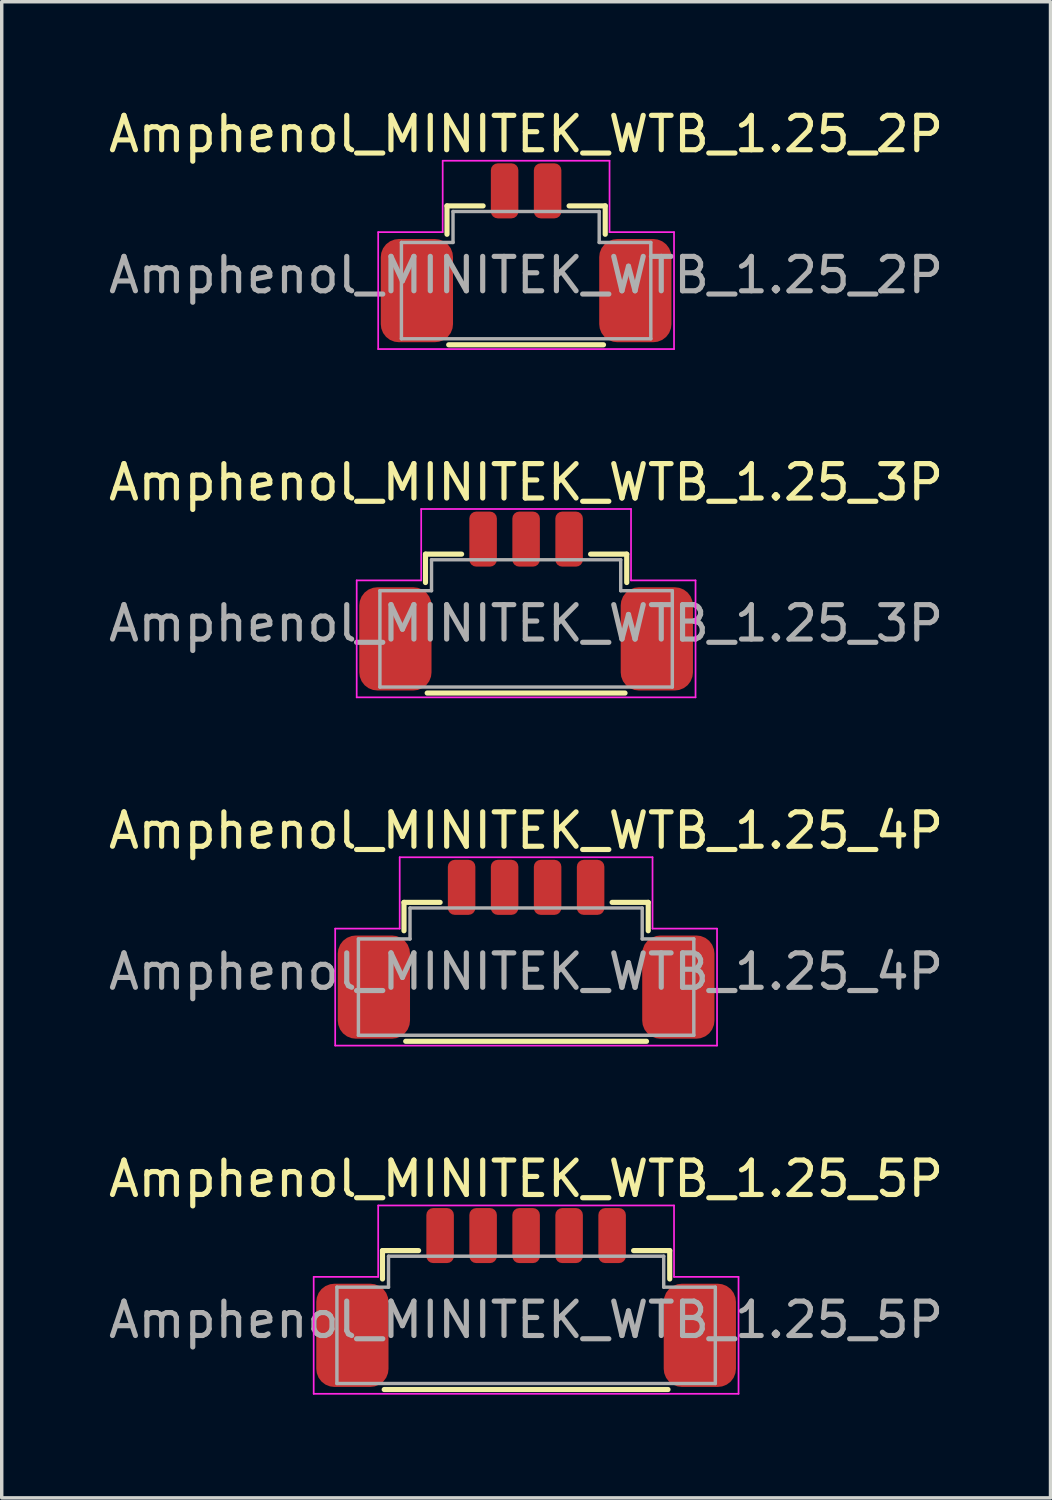
<source format=kicad_pcb>
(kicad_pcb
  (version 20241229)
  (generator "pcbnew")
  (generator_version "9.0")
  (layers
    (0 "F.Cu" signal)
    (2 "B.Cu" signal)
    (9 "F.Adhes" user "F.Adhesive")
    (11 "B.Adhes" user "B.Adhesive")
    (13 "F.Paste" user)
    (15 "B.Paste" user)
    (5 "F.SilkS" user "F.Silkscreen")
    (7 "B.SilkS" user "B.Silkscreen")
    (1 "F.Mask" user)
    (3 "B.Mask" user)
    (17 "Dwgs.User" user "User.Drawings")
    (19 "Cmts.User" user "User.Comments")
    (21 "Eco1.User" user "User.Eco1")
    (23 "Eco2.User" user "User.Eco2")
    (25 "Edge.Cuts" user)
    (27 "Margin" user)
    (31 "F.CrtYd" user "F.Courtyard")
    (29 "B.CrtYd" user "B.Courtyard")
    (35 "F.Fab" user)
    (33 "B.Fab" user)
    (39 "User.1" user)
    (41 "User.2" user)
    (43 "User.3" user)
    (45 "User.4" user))
  (footprint "Amphenol_MINITEK_WTB_1.25_3P"
    (layer "F.Cu")
    (at 12.244 15.072)
    (property "Reference" "Amphenol_MINITEK_WTB_1.25_3P" (at 0 -4.1 0) (layer "F.SilkS") (effects (font (size 1 1) (thickness 0.15))))
    (attr smd)
    (fp_line (start -2.925 -2.013) (end -2.925 -1.188) (stroke (width 0.15) (type default)) (layer "F.SilkS"))
    (fp_line (start -2.875 2.025) (end 2.875 2.025) (stroke (width 0.15) (type default)) (layer "F.SilkS"))
    (fp_line (start -1.875 -2.013) (end -2.925 -2.013) (stroke (width 0.15) (type default)) (layer "F.SilkS"))
    (fp_line (start 1.875 -2.013) (end 2.925 -2.013) (stroke (width 0.15) (type default)) (layer "F.SilkS"))
    (fp_line (start 2.925 -2.013) (end 2.925 -1.188) (stroke (width 0.15) (type default)) (layer "F.SilkS"))
    (fp_line (start -4.925 -1.25) (end -3.05 -1.25) (stroke (width 0.05) (type default)) (layer "F.CrtYd"))
    (fp_line (start -4.925 2.15) (end -4.925 -1.25) (stroke (width 0.05) (type default)) (layer "F.CrtYd"))
    (fp_line (start -4.925 2.15) (end 4.925 2.15) (stroke (width 0.05) (type default)) (layer "F.CrtYd"))
    (fp_line (start -3.05 -3.325) (end -3.05 -1.25) (stroke (width 0.05) (type default)) (layer "F.CrtYd"))
    (fp_line (start 3.05 -3.325) (end -3.05 -3.325) (stroke (width 0.05) (type default)) (layer "F.CrtYd"))
    (fp_line (start 3.05 -1.25) (end 3.05 -3.325) (stroke (width 0.05) (type default)) (layer "F.CrtYd"))
    (fp_line (start 4.925 -1.25) (end 3.05 -1.25) (stroke (width 0.05) (type default)) (layer "F.CrtYd"))
    (fp_line (start 4.925 2.15) (end 4.925 -1.25) (stroke (width 0.05) (type default)) (layer "F.CrtYd"))
    (fp_line (start -4.25 -0.95) (end -2.75 -0.95) (stroke (width 0.1) (type default)) (layer "F.Fab"))
    (fp_line (start -4.25 1.85) (end -4.25 -0.95) (stroke (width 0.1) (type default)) (layer "F.Fab"))
    (fp_line (start -4.25 1.85) (end 4.25 1.85) (stroke (width 0.1) (type default)) (layer "F.Fab"))
    (fp_line (start -2.75 -1.85) (end 2.75 -1.85) (stroke (width 0.1) (type default)) (layer "F.Fab"))
    (fp_line (start -2.75 -0.95) (end -2.75 -1.85) (stroke (width 0.1) (type default)) (layer "F.Fab"))
    (fp_line (start 2.75 -1.85) (end 2.75 -0.95) (stroke (width 0.1) (type default)) (layer "F.Fab"))
    (fp_line (start 2.75 -0.95) (end 4.25 -0.95) (stroke (width 0.1) (type default)) (layer "F.Fab"))
    (fp_line (start 4.25 1.85) (end 4.25 -0.95) (stroke (width 0.1) (type default)) (layer "F.Fab"))
    (fp_text user "${REFERENCE}" (at 0 0 0) (layer "F.Fab") (effects (font (size 1 1) (thickness 0.15))))
    (pad "1" smd roundrect (at 1.25 -2.45) (size 0.8 1.6) (layers "F.Cu" "F.Mask" "F.Paste") (roundrect_rratio 0.25))
    (pad "2" smd roundrect (at 0 -2.45) (size 0.8 1.6) (layers "F.Cu" "F.Mask" "F.Paste") (roundrect_rratio 0.25))
    (pad "3" smd roundrect (at -1.25 -2.45) (size 0.8 1.6) (layers "F.Cu" "F.Mask" "F.Paste") (roundrect_rratio 0.25))
    (pad "M" smd roundrect (at -3.8 0.45) (size 2.1 3) (layers "F.Cu" "F.Mask" "F.Paste") (roundrect_rratio 0.25))
    (pad "M" smd roundrect (at 3.8 0.45) (size 2.1 3) (layers "F.Cu" "F.Mask" "F.Paste") (roundrect_rratio 0.25)))
  (footprint "Amphenol_MINITEK_WTB_1.25_4P"
    (layer "F.Cu")
    (at 12.244 25.195)
    (property "Reference" "Amphenol_MINITEK_WTB_1.25_4P" (at 0 -4.1 0) (layer "F.SilkS") (effects (font (size 1 1) (thickness 0.15))))
    (attr smd)
    (fp_line (start -3.55 -2.013) (end -3.55 -1.188) (stroke (width 0.15) (type default)) (layer "F.SilkS"))
    (fp_line (start -3.5 2.025) (end 3.5 2.025) (stroke (width 0.15) (type default)) (layer "F.SilkS"))
    (fp_line (start -2.5 -2.013) (end -3.55 -2.013) (stroke (width 0.15) (type default)) (layer "F.SilkS"))
    (fp_line (start 2.5 -2.013) (end 3.55 -2.013) (stroke (width 0.15) (type default)) (layer "F.SilkS"))
    (fp_line (start 3.55 -2.013) (end 3.55 -1.188) (stroke (width 0.15) (type default)) (layer "F.SilkS"))
    (fp_line (start -5.55 -1.25) (end -3.675 -1.25) (stroke (width 0.05) (type default)) (layer "F.CrtYd"))
    (fp_line (start -5.55 2.15) (end -5.55 -1.25) (stroke (width 0.05) (type default)) (layer "F.CrtYd"))
    (fp_line (start -5.55 2.15) (end 5.55 2.15) (stroke (width 0.05) (type default)) (layer "F.CrtYd"))
    (fp_line (start -3.675 -3.325) (end -3.675 -1.25) (stroke (width 0.05) (type default)) (layer "F.CrtYd"))
    (fp_line (start 3.675 -3.325) (end -3.675 -3.325) (stroke (width 0.05) (type default)) (layer "F.CrtYd"))
    (fp_line (start 3.675 -1.25) (end 3.675 -3.325) (stroke (width 0.05) (type default)) (layer "F.CrtYd"))
    (fp_line (start 5.55 -1.25) (end 3.675 -1.25) (stroke (width 0.05) (type default)) (layer "F.CrtYd"))
    (fp_line (start 5.55 2.15) (end 5.55 -1.25) (stroke (width 0.05) (type default)) (layer "F.CrtYd"))
    (fp_line (start -4.875 -0.95) (end -3.375 -0.95) (stroke (width 0.1) (type default)) (layer "F.Fab"))
    (fp_line (start -4.875 1.85) (end -4.875 -0.95) (stroke (width 0.1) (type default)) (layer "F.Fab"))
    (fp_line (start -4.875 1.85) (end 4.875 1.85) (stroke (width 0.1) (type default)) (layer "F.Fab"))
    (fp_line (start -3.375 -1.85) (end 3.375 -1.85) (stroke (width 0.1) (type default)) (layer "F.Fab"))
    (fp_line (start -3.375 -0.95) (end -3.375 -1.85) (stroke (width 0.1) (type default)) (layer "F.Fab"))
    (fp_line (start 3.375 -1.85) (end 3.375 -0.95) (stroke (width 0.1) (type default)) (layer "F.Fab"))
    (fp_line (start 3.375 -0.95) (end 4.875 -0.95) (stroke (width 0.1) (type default)) (layer "F.Fab"))
    (fp_line (start 4.875 1.85) (end 4.875 -0.95) (stroke (width 0.1) (type default)) (layer "F.Fab"))
    (fp_text user "${REFERENCE}" (at 0 0 0) (layer "F.Fab") (effects (font (size 1 1) (thickness 0.15))))
    (pad "1" smd roundrect (at 1.875 -2.45) (size 0.8 1.6) (layers "F.Cu" "F.Mask" "F.Paste") (roundrect_rratio 0.25))
    (pad "2" smd roundrect (at 0.625 -2.45) (size 0.8 1.6) (layers "F.Cu" "F.Mask" "F.Paste") (roundrect_rratio 0.25))
    (pad "3" smd roundrect (at -0.625 -2.45) (size 0.8 1.6) (layers "F.Cu" "F.Mask" "F.Paste") (roundrect_rratio 0.25))
    (pad "4" smd roundrect (at -1.875 -2.45) (size 0.8 1.6) (layers "F.Cu" "F.Mask" "F.Paste") (roundrect_rratio 0.25))
    (pad "M" smd roundrect (at -4.425 0.45) (size 2.1 3) (layers "F.Cu" "F.Mask" "F.Paste") (roundrect_rratio 0.25))
    (pad "M" smd roundrect (at 4.425 0.45) (size 2.1 3) (layers "F.Cu" "F.Mask" "F.Paste") (roundrect_rratio 0.25)))
  (footprint "Amphenol_MINITEK_WTB_1.25_5P"
    (layer "F.Cu")
    (at 12.244 35.318)
    (property "Reference" "Amphenol_MINITEK_WTB_1.25_5P" (at 0 -4.1 0) (layer "F.SilkS") (effects (font (size 1 1) (thickness 0.15))))
    (attr smd)
    (fp_line (start -4.175 -2.013) (end -4.175 -1.188) (stroke (width 0.15) (type default)) (layer "F.SilkS"))
    (fp_line (start -4.125 2.025) (end 4.125 2.025) (stroke (width 0.15) (type default)) (layer "F.SilkS"))
    (fp_line (start -3.125 -2.013) (end -4.175 -2.013) (stroke (width 0.15) (type default)) (layer "F.SilkS"))
    (fp_line (start 3.125 -2.013) (end 4.175 -2.013) (stroke (width 0.15) (type default)) (layer "F.SilkS"))
    (fp_line (start 4.175 -2.013) (end 4.175 -1.188) (stroke (width 0.15) (type default)) (layer "F.SilkS"))
    (fp_line (start -6.175 -1.25) (end -4.3 -1.25) (stroke (width 0.05) (type default)) (layer "F.CrtYd"))
    (fp_line (start -6.175 2.15) (end -6.175 -1.25) (stroke (width 0.05) (type default)) (layer "F.CrtYd"))
    (fp_line (start -6.175 2.15) (end 6.175 2.15) (stroke (width 0.05) (type default)) (layer "F.CrtYd"))
    (fp_line (start -4.3 -3.325) (end -4.3 -1.25) (stroke (width 0.05) (type default)) (layer "F.CrtYd"))
    (fp_line (start 4.3 -3.325) (end -4.3 -3.325) (stroke (width 0.05) (type default)) (layer "F.CrtYd"))
    (fp_line (start 4.3 -1.25) (end 4.3 -3.325) (stroke (width 0.05) (type default)) (layer "F.CrtYd"))
    (fp_line (start 6.175 -1.25) (end 4.3 -1.25) (stroke (width 0.05) (type default)) (layer "F.CrtYd"))
    (fp_line (start 6.175 2.15) (end 6.175 -1.25) (stroke (width 0.05) (type default)) (layer "F.CrtYd"))
    (fp_line (start -5.5 -0.95) (end -4 -0.95) (stroke (width 0.1) (type default)) (layer "F.Fab"))
    (fp_line (start -5.5 1.85) (end -5.5 -0.95) (stroke (width 0.1) (type default)) (layer "F.Fab"))
    (fp_line (start -5.5 1.85) (end 5.5 1.85) (stroke (width 0.1) (type default)) (layer "F.Fab"))
    (fp_line (start -4 -1.85) (end 4 -1.85) (stroke (width 0.1) (type default)) (layer "F.Fab"))
    (fp_line (start -4 -0.95) (end -4 -1.85) (stroke (width 0.1) (type default)) (layer "F.Fab"))
    (fp_line (start 4 -1.85) (end 4 -0.95) (stroke (width 0.1) (type default)) (layer "F.Fab"))
    (fp_line (start 4 -0.95) (end 5.5 -0.95) (stroke (width 0.1) (type default)) (layer "F.Fab"))
    (fp_line (start 5.5 1.85) (end 5.5 -0.95) (stroke (width 0.1) (type default)) (layer "F.Fab"))
    (fp_text user "${REFERENCE}" (at 0 0 0) (layer "F.Fab") (effects (font (size 1 1) (thickness 0.15))))
    (pad "1" smd roundrect (at 2.5 -2.45) (size 0.8 1.6) (layers "F.Cu" "F.Mask" "F.Paste") (roundrect_rratio 0.25))
    (pad "2" smd roundrect (at 1.25 -2.45) (size 0.8 1.6) (layers "F.Cu" "F.Mask" "F.Paste") (roundrect_rratio 0.25))
    (pad "3" smd roundrect (at 0 -2.45) (size 0.8 1.6) (layers "F.Cu" "F.Mask" "F.Paste") (roundrect_rratio 0.25))
    (pad "4" smd roundrect (at -1.25 -2.45) (size 0.8 1.6) (layers "F.Cu" "F.Mask" "F.Paste") (roundrect_rratio 0.25))
    (pad "5" smd roundrect (at -2.5 -2.45) (size 0.8 1.6) (layers "F.Cu" "F.Mask" "F.Paste") (roundrect_rratio 0.25))
    (pad "M" smd roundrect (at -5.05 0.45) (size 2.1 3) (layers "F.Cu" "F.Mask" "F.Paste") (roundrect_rratio 0.25))
    (pad "M" smd roundrect (at 5.05 0.45) (size 2.1 3) (layers "F.Cu" "F.Mask" "F.Paste") (roundrect_rratio 0.25)))
  (footprint "Amphenol_MINITEK_WTB_1.25_2P"
    (layer "F.Cu")
    (at 12.244 4.948)
    (property "Reference" "Amphenol_MINITEK_WTB_1.25_2P" (at 0 -4.1 0) (layer "F.SilkS") (effects (font (size 1 1) (thickness 0.15))))
    (attr smd)
    (fp_line (start -2.3 -2.013) (end -2.3 -1.188) (stroke (width 0.15) (type default)) (layer "F.SilkS"))
    (fp_line (start -2.25 2.025) (end 2.25 2.025) (stroke (width 0.15) (type default)) (layer "F.SilkS"))
    (fp_line (start -1.25 -2.013) (end -2.3 -2.013) (stroke (width 0.15) (type default)) (layer "F.SilkS"))
    (fp_line (start 1.25 -2.013) (end 2.3 -2.013) (stroke (width 0.15) (type default)) (layer "F.SilkS"))
    (fp_line (start 2.3 -2.013) (end 2.3 -1.188) (stroke (width 0.15) (type default)) (layer "F.SilkS"))
    (fp_line (start -4.3 -1.25) (end -2.425 -1.25) (stroke (width 0.05) (type default)) (layer "F.CrtYd"))
    (fp_line (start -4.3 2.15) (end -4.3 -1.25) (stroke (width 0.05) (type default)) (layer "F.CrtYd"))
    (fp_line (start -4.3 2.15) (end 4.3 2.15) (stroke (width 0.05) (type default)) (layer "F.CrtYd"))
    (fp_line (start -2.425 -3.325) (end -2.425 -1.25) (stroke (width 0.05) (type default)) (layer "F.CrtYd"))
    (fp_line (start 2.425 -3.325) (end -2.425 -3.325) (stroke (width 0.05) (type default)) (layer "F.CrtYd"))
    (fp_line (start 2.425 -1.25) (end 2.425 -3.325) (stroke (width 0.05) (type default)) (layer "F.CrtYd"))
    (fp_line (start 4.3 -1.25) (end 2.425 -1.25) (stroke (width 0.05) (type default)) (layer "F.CrtYd"))
    (fp_line (start 4.3 2.15) (end 4.3 -1.25) (stroke (width 0.05) (type default)) (layer "F.CrtYd"))
    (fp_line (start -3.625 -0.95) (end -2.125 -0.95) (stroke (width 0.1) (type default)) (layer "F.Fab"))
    (fp_line (start -3.625 1.85) (end -3.625 -0.95) (stroke (width 0.1) (type default)) (layer "F.Fab"))
    (fp_line (start -3.625 1.85) (end 3.625 1.85) (stroke (width 0.1) (type default)) (layer "F.Fab"))
    (fp_line (start -2.125 -1.85) (end 2.125 -1.85) (stroke (width 0.1) (type default)) (layer "F.Fab"))
    (fp_line (start -2.125 -0.95) (end -2.125 -1.85) (stroke (width 0.1) (type default)) (layer "F.Fab"))
    (fp_line (start 2.125 -1.85) (end 2.125 -0.95) (stroke (width 0.1) (type default)) (layer "F.Fab"))
    (fp_line (start 2.125 -0.95) (end 3.625 -0.95) (stroke (width 0.1) (type default)) (layer "F.Fab"))
    (fp_line (start 3.625 1.85) (end 3.625 -0.95) (stroke (width 0.1) (type default)) (layer "F.Fab"))
    (fp_text user "${REFERENCE}" (at 0 0 0) (layer "F.Fab") (effects (font (size 1 1) (thickness 0.15))))
    (pad "1" smd roundrect (at 0.625 -2.45) (size 0.8 1.6) (layers "F.Cu" "F.Mask" "F.Paste") (roundrect_rratio 0.25))
    (pad "2" smd roundrect (at -0.625 -2.45) (size 0.8 1.6) (layers "F.Cu" "F.Mask" "F.Paste") (roundrect_rratio 0.25))
    (pad "M" smd roundrect (at -3.175 0.45) (size 2.1 3) (layers "F.Cu" "F.Mask" "F.Paste") (roundrect_rratio 0.25))
    (pad "M" smd roundrect (at 3.175 0.45) (size 2.1 3) (layers "F.Cu" "F.Mask" "F.Paste") (roundrect_rratio 0.25)))
  (gr_rect
    (start -3 -3)
    (end 27.488 40.493)
    (stroke (width 0.1) (type default))
    (fill no)
    (layer "Edge.Cuts")))
</source>
